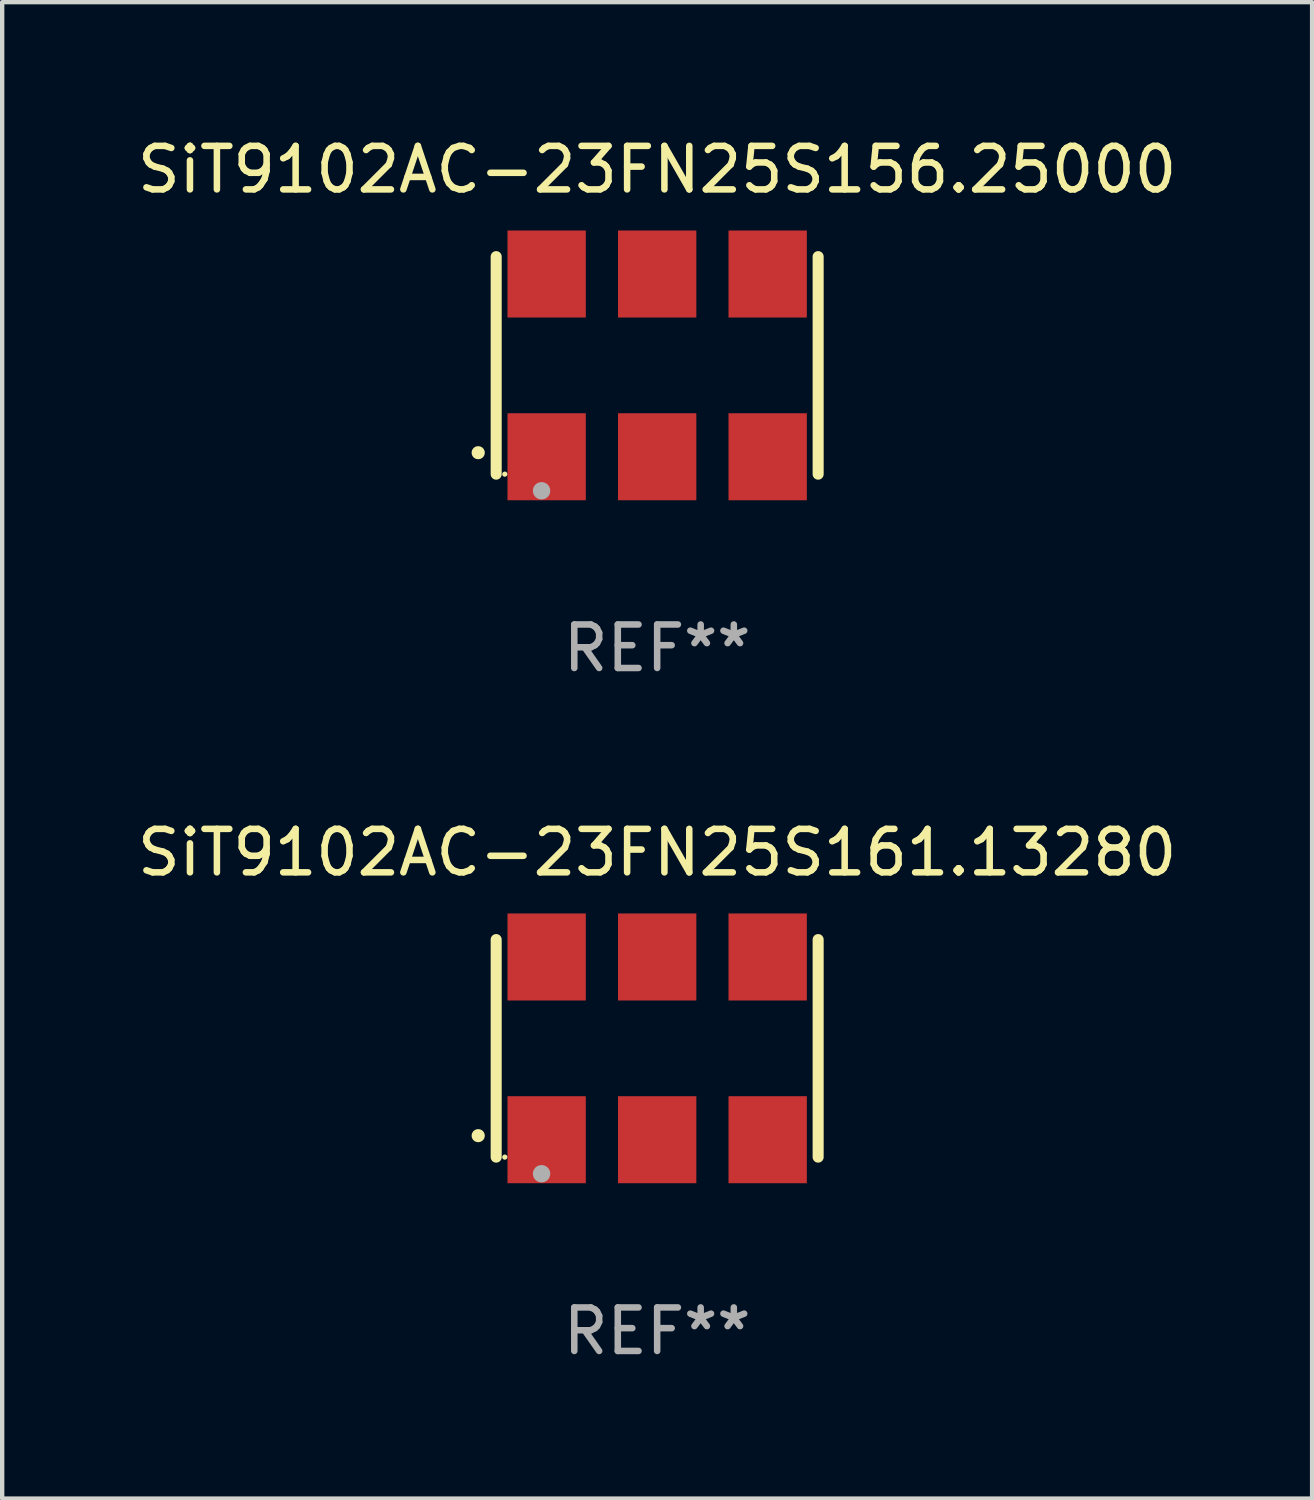
<source format=kicad_pcb>
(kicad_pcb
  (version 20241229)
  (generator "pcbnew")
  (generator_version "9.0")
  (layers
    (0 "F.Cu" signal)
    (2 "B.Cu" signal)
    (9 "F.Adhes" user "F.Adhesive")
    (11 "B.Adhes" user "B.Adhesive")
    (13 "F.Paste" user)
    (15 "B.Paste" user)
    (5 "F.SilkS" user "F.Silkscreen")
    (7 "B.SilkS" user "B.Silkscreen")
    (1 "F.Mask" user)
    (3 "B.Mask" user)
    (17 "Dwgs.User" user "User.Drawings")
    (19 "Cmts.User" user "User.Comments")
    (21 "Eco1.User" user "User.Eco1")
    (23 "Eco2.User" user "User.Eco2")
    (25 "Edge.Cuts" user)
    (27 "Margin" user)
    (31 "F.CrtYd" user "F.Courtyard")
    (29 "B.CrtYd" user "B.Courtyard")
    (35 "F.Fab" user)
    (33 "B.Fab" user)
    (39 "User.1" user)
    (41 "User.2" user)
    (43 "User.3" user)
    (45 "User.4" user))
  (footprint "SiT9102AC-23FN25S161.13280"
    (layer "F.Cu")
    (at 12.054 21.045)
    (property "Reference" "SiT9102AC-23FN25S161.13280" (at 0 -4.5 0) (layer "F.SilkS") (effects (font (size 1 1) (thickness 0.15))))
    (attr through_hole)
    (fp_line (start -3.7 -2.5) (end -3.7 2.5) (stroke (width 0.254) (type solid)) (layer "F.SilkS"))
    (fp_line (start 3.7 -2.5) (end 3.7 2.5) (stroke (width 0.254) (type solid)) (layer "F.SilkS"))
    (fp_arc (start -4.114415 2.006604) (mid -4.113145 2.006599) (end -4.111875 2.006604) (stroke (width 0.3) (type solid)) (layer "F.SilkS"))
    (fp_circle (center -3.502 2.5) (end -3.472 2.5) (stroke (width 0.06) (type solid)) (fill no) (layer "F.SilkS"))
    (fp_circle (center -2.657 2.882) (end -2.557 2.882) (stroke (width 0.2) (type solid)) (fill no) (layer "F.Fab"))
    (fp_text user "REF**" (at 0 6.5 0) (layer "F.Fab") (effects (font (size 1 1) (thickness 0.15))))
    (pad "1" smd rect (at -2.54 2.1) (size 1.8 2) (layers "F.Cu" "F.Mask" "F.Paste"))
    (pad "2" smd rect (at 0.000394 2.1) (size 1.8 2) (layers "F.Cu" "F.Mask" "F.Paste"))
    (pad "3" smd rect (at 2.54 2.1) (size 1.8 2) (layers "F.Cu" "F.Mask" "F.Paste"))
    (pad "4" smd rect (at 2.54 -2.1) (size 1.8 2) (layers "F.Cu" "F.Mask" "F.Paste"))
    (pad "5" smd rect (at 0.000394 -2.1) (size 1.8 2) (layers "F.Cu" "F.Mask" "F.Paste"))
    (pad "6" smd rect (at -2.54 -2.1) (size 1.8 2) (layers "F.Cu" "F.Mask" "F.Paste")))
  (footprint "SiT9102AC-23FN25S156.25000"
    (layer "F.Cu")
    (at 12.054 5.348)
    (property "Reference" "SiT9102AC-23FN25S156.25000" (at 0 -4.5 0) (layer "F.SilkS") (effects (font (size 1 1) (thickness 0.15))))
    (attr through_hole)
    (fp_line (start -3.7 -2.5) (end -3.7 2.5) (stroke (width 0.254) (type solid)) (layer "F.SilkS"))
    (fp_line (start 3.7 -2.5) (end 3.7 2.5) (stroke (width 0.254) (type solid)) (layer "F.SilkS"))
    (fp_arc (start -4.114415 2.006604) (mid -4.113145 2.006599) (end -4.111875 2.006604) (stroke (width 0.3) (type solid)) (layer "F.SilkS"))
    (fp_circle (center -3.502 2.5) (end -3.472 2.5) (stroke (width 0.06) (type solid)) (fill no) (layer "F.SilkS"))
    (fp_circle (center -2.657 2.882) (end -2.557 2.882) (stroke (width 0.2) (type solid)) (fill no) (layer "F.Fab"))
    (fp_text user "REF**" (at 0 6.5 0) (layer "F.Fab") (effects (font (size 1 1) (thickness 0.15))))
    (pad "1" smd rect (at -2.54 2.1) (size 1.8 2) (layers "F.Cu" "F.Mask" "F.Paste"))
    (pad "2" smd rect (at 0.000394 2.1) (size 1.8 2) (layers "F.Cu" "F.Mask" "F.Paste"))
    (pad "3" smd rect (at 2.54 2.1) (size 1.8 2) (layers "F.Cu" "F.Mask" "F.Paste"))
    (pad "4" smd rect (at 2.54 -2.1) (size 1.8 2) (layers "F.Cu" "F.Mask" "F.Paste"))
    (pad "5" smd rect (at 0.000394 -2.1) (size 1.8 2) (layers "F.Cu" "F.Mask" "F.Paste"))
    (pad "6" smd rect (at -2.54 -2.1) (size 1.8 2) (layers "F.Cu" "F.Mask" "F.Paste")))
  (gr_rect
    (start -3 -3)
    (end 27.107 31.393)
    (stroke (width 0.1) (type default))
    (fill no)
    (layer "Edge.Cuts")))
</source>
